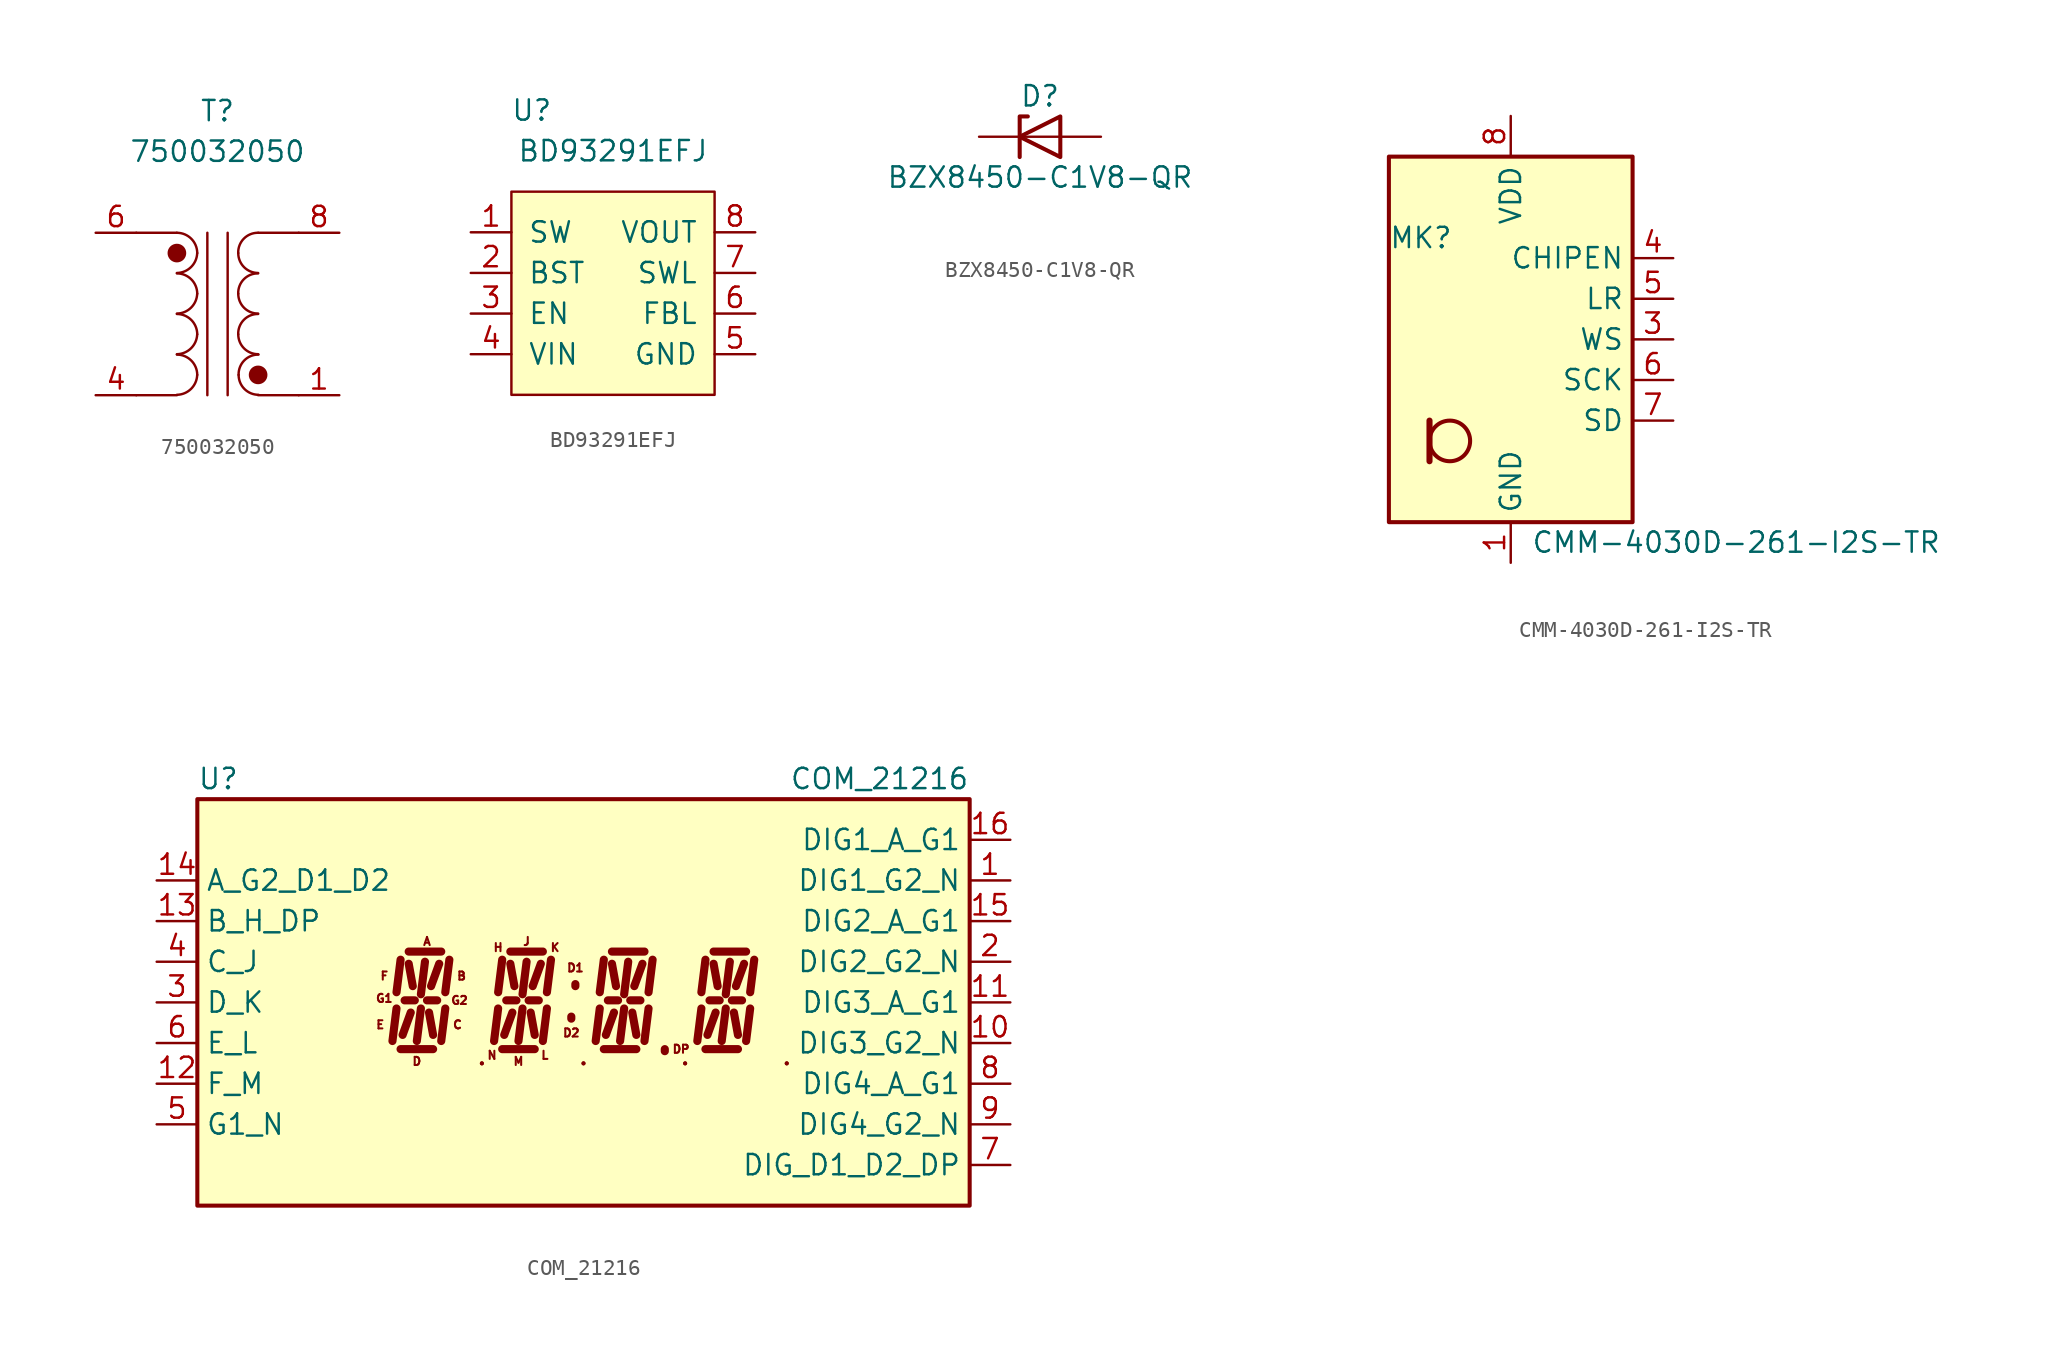
<source format=kicad_sym>
(kicad_symbol_lib
  (version 20220914)
  (generator kicad_symbol_editor)
  (symbol "750032050"
    (pin_names
      (offset 1.016) hide)
    (property "Reference" "T"
      (at 0 12.7 0)
      (effects (font (size 1.27 1.27))))
    (property "Value" "750032050"
      (at 0 10.16 0)
      (effects (font (size 1.27 1.27))))
    (symbol "750032050_0_0"
      (pin passive line (at -7.62 5.08 0) (length 2.54) hide (name "AA" (effects (font (size 1.27 1.27)))) (number "5" (effects (font (size 1.27 1.27)))))
      (pin passive line (at -7.62 5.08 0) (length 2.54) (name "AA" (effects (font (size 1.27 1.27)))) (number "6" (effects (font (size 1.27 1.27)))))
      (pin passive line (at 7.62 5.08 180) (length 2.54) (name "SB" (effects (font (size 1.27 1.27)))) (number "8" (effects (font (size 1.27 1.27))))))
    (symbol "750032050_0_1"
      (arc (start -2.54 -5.0546) (mid -1.6561 -4.6863) (end -1.27 -3.81) (stroke (width 0) (type default)) (fill (type none)))
      (arc (start -2.54 -2.5146) (mid -1.6561 -2.1463) (end -1.27 -1.27) (stroke (width 0) (type default)) (fill (type none)))
      (arc (start -2.54 0.0254) (mid -1.6561 0.3937) (end -1.27 1.27) (stroke (width 0) (type default)) (fill (type none)))
      (arc (start -2.54 2.5654) (mid -1.6561 2.9337) (end -1.27 3.81) (stroke (width 0) (type default)) (fill (type none)))
      (circle (center -2.54 3.81) (radius 0.508) (stroke (width 0.152) (type default)) (fill (type outline)))
      (arc (start -1.27 -3.81) (mid -1.642 -2.912) (end -2.54 -2.54) (stroke (width 0) (type default)) (fill (type none)))
      (arc (start -1.27 -1.27) (mid -1.642 -0.372) (end -2.54 0) (stroke (width 0) (type default)) (fill (type none)))
      (arc (start -1.27 1.27) (mid -1.642 2.168) (end -2.54 2.54) (stroke (width 0) (type default)) (fill (type none)))
      (arc (start -1.27 3.81) (mid -1.642 4.708) (end -2.54 5.08) (stroke (width 0) (type default)) (fill (type none)))
      (polyline (pts (xy -5.08 -5.08) (xy -2.54 -5.08)) (stroke (width 0) (type default)) (fill (type none)))
      (polyline (pts (xy -5.08 5.08) (xy -2.54 5.08)) (stroke (width 0) (type default)) (fill (type none)))
      (polyline (pts (xy -0.635 5.08) (xy -0.635 -5.08)) (stroke (width 0) (type default)) (fill (type none)))
      (polyline (pts (xy 0.635 -5.08) (xy 0.635 5.08)) (stroke (width 0) (type default)) (fill (type none)))
      (polyline (pts (xy 2.54 -5.08) (xy 5.08 -5.08)) (stroke (width 0) (type default)) (fill (type none)))
      (polyline (pts (xy 2.54 5.08) (xy 5.08 5.08)) (stroke (width 0) (type default)) (fill (type none)))
      (arc (start 1.2954 -1.27) (mid 1.6599 -2.1501) (end 2.54 -2.5146) (stroke (width 0) (type default)) (fill (type none)))
      (arc (start 1.2954 1.27) (mid 1.6599 0.3899) (end 2.54 0.0254) (stroke (width 0) (type default)) (fill (type none)))
      (arc (start 1.2954 3.81) (mid 1.6599 2.9299) (end 2.54 2.5654) (stroke (width 0) (type default)) (fill (type none)))
      (arc (start 1.3208 -3.81) (mid 1.6853 -4.6901) (end 2.5654 -5.0546) (stroke (width 0) (type default)) (fill (type none)))
      (circle (center 2.54 -3.81) (radius 0.508) (stroke (width 0.152) (type default)) (fill (type outline)))
      (arc (start 2.54 0) (mid 1.6456 -0.3683) (end 1.2954 -1.27) (stroke (width 0) (type default)) (fill (type none)))
      (arc (start 2.54 2.54) (mid 1.6456 2.1717) (end 1.2954 1.27) (stroke (width 0) (type default)) (fill (type none)))
      (arc (start 2.54 5.08) (mid 1.6456 4.7117) (end 1.2954 3.81) (stroke (width 0) (type default)) (fill (type none)))
      (arc (start 2.5654 -2.54) (mid 1.671 -2.9083) (end 1.3208 -3.81) (stroke (width 0) (type default)) (fill (type none))))
    (symbol "750032050_1_1"
      (pin passive line (at 7.62 -5.08 180) (length 2.54) (name "SA" (effects (font (size 1.27 1.27)))) (number "1" (effects (font (size 1.27 1.27)))))
      (pin passive line (at -7.62 -5.08 0) (length 2.54) hide (name "AB" (effects (font (size 1.27 1.27)))) (number "3" (effects (font (size 1.27 1.27)))))
      (pin passive line (at -7.62 -5.08 0) (length 2.54) (name "AB" (effects (font (size 1.27 1.27)))) (number "4" (effects (font (size 1.27 1.27)))))))
  (symbol "BD93291EFJ"
    (pin_names
      (offset 1.016))
    (property "Reference" "U"
      (at -5.08 11.43 0)
      (effects (font (size 1.27 1.27))))
    (property "Value" "BD93291EFJ"
      (at 0 8.89 0)
      (effects (font (size 1.27 1.27))))
    (symbol "BD93291EFJ_0_0"
      (pin power_in line (at 8.89 -3.81 180) (length 2.54) hide (name "GND" (effects (font (size 1.27 1.27)))) (number "9" (effects (font (size 1.27 1.27))))))
    (symbol "BD93291EFJ_0_1"
      (rectangle (start -6.35 6.35) (end 6.35 -6.35) (stroke (width 0) (type default)) (fill (type background))))
    (symbol "BD93291EFJ_1_1"
      (pin open_collector line (at -8.89 3.81 0) (length 2.54) (name "SW" (effects (font (size 1.27 1.27)))) (number "1" (effects (font (size 1.27 1.27)))))
      (pin output line (at -8.89 1.27 0) (length 2.54) (name "BST" (effects (font (size 1.27 1.27)))) (number "2" (effects (font (size 1.27 1.27)))))
      (pin input line (at -8.89 -1.27 0) (length 2.54) (name "EN" (effects (font (size 1.27 1.27)))) (number "3" (effects (font (size 1.27 1.27)))))
      (pin power_in line (at -8.89 -3.81 0) (length 2.54) (name "VIN" (effects (font (size 1.27 1.27)))) (number "4" (effects (font (size 1.27 1.27)))))
      (pin power_in line (at 8.89 -3.81 180) (length 2.54) (name "GND" (effects (font (size 1.27 1.27)))) (number "5" (effects (font (size 1.27 1.27)))))
      (pin input line (at 8.89 -1.27 180) (length 2.54) (name "FBL" (effects (font (size 1.27 1.27)))) (number "6" (effects (font (size 1.27 1.27)))))
      (pin open_collector line (at 8.89 1.27 180) (length 2.54) (name "SWL" (effects (font (size 1.27 1.27)))) (number "7" (effects (font (size 1.27 1.27)))))
      (pin input line (at 8.89 3.81 180) (length 2.54) (name "VOUT" (effects (font (size 1.27 1.27)))) (number "8" (effects (font (size 1.27 1.27)))))))
  (symbol "BZX8450-C1V8-QR"
    (pin_numbers hide)
    (pin_names
      (offset 1.016) hide)
    (property "Reference" "D"
      (at 0 2.54 0)
      (effects (font (size 1.27 1.27))))
    (property "Value" "BZX8450-C1V8-QR"
      (at 0 -2.54 0)
      (effects (font (size 1.27 1.27))))
    (symbol "BZX8450-C1V8-QR_0_0"
      (pin no_connect line (at 0 -6.35 90) (length 2.54) hide (name "NC" (effects (font (size 1.27 1.27)))) (number "2" (effects (font (size 1.27 1.27))))))
    (symbol "BZX8450-C1V8-QR_0_1"
      (polyline (pts (xy 1.27 0) (xy -1.27 0)) (stroke (width 0) (type default)) (fill (type none)))
      (polyline (pts (xy -1.27 -1.27) (xy -1.27 1.27) (xy -0.762 1.27)) (stroke (width 0.254) (type default)) (fill (type none)))
      (polyline (pts (xy 1.27 -1.27) (xy 1.27 1.27) (xy -1.27 0) (xy 1.27 -1.27)) (stroke (width 0.254) (type default)) (fill (type none))))
    (symbol "BZX8450-C1V8-QR_1_1"
      (pin passive line (at 3.81 0 180) (length 2.54) (name "A" (effects (font (size 1.27 1.27)))) (number "1" (effects (font (size 1.27 1.27)))))
      (pin passive line (at -3.81 0 0) (length 2.54) (name "K" (effects (font (size 1.27 1.27)))) (number "3" (effects (font (size 1.27 1.27)))))))
  (symbol "CMM-4030D-261-I2S-TR"
    (property "Reference" "MK"
      (at -7.62 6.35 0)
      (effects (font (size 1.27 1.27)) (justify left)))
    (property "Value" "CMM-4030D-261-I2S-TR"
      (at 1.27 -12.7 0)
      (effects (font (size 1.27 1.27)) (justify left)))
    (symbol "CMM-4030D-261-I2S-TR_0_0"
      (pin no_connect line (at -10.16 0 0) (length 2.54) hide (name "NC" (effects (font (size 1.27 1.27)))) (number "2" (effects (font (size 1.27 1.27)))))
      (pin input line (at 10.16 0 180) (length 2.54) (name "WS" (effects (font (size 1.27 1.27)))) (number "3" (effects (font (size 1.27 1.27)))))
      (pin input line (at 10.16 5.08 180) (length 2.54) (name "CHIPEN" (effects (font (size 1.27 1.27)))) (number "4" (effects (font (size 1.27 1.27))))))
    (symbol "CMM-4030D-261-I2S-TR_0_1"
      (rectangle (start -7.62 11.43) (end 7.62 -11.43) (stroke (width 0.254) (type default)) (fill (type background)))
      (circle (center -3.81 -6.35) (radius 1.27) (stroke (width 0.254) (type default)) (fill (type none)))
      (polyline (pts (xy -5.08 -5.08) (xy -5.08 -7.62)) (stroke (width 0.381) (type default)) (fill (type none))))
    (symbol "CMM-4030D-261-I2S-TR_1_1"
      (pin power_in line (at 0 -13.97 90) (length 2.54) (name "GND" (effects (font (size 1.27 1.27)))) (number "1" (effects (font (size 1.27 1.27)))))
      (pin input line (at 10.16 2.54 180) (length 2.54) (name "LR" (effects (font (size 1.27 1.27)))) (number "5" (effects (font (size 1.27 1.27)))))
      (pin input line (at 10.16 -2.54 180) (length 2.54) (name "SCK" (effects (font (size 1.27 1.27)))) (number "6" (effects (font (size 1.27 1.27)))))
      (pin output line (at 10.16 -5.08 180) (length 2.54) (name "SD" (effects (font (size 1.27 1.27)))) (number "7" (effects (font (size 1.27 1.27)))))
      (pin power_in line (at 0 13.97 270) (length 2.54) (name "VDD" (effects (font (size 1.27 1.27)))) (number "8" (effects (font (size 1.27 1.27)))))))
  (symbol "COM_21216"
    (property "Reference" "U"
      (at -24.13 13.97 0)
      (effects (font (size 1.27 1.27)) (justify left)))
    (property "Value" "COM_21216"
      (at 24.13 13.97 0)
      (effects (font (size 1.27 1.27)) (justify right)))
    (symbol "COM_21216_0_0"
      (pin input line (at 26.67 7.62 180) (length 2.54) (name "DIG1_G2_N" (effects (font (size 1.27 1.27)))) (number "1" (effects (font (size 1.27 1.27)))))
      (pin input line (at 26.67 -2.54 180) (length 2.54) (name "DIG3_G2_N" (effects (font (size 1.27 1.27)))) (number "10" (effects (font (size 1.27 1.27)))))
      (pin input line (at 26.67 0 180) (length 2.54) (name "DIG3_A_G1" (effects (font (size 1.27 1.27)))) (number "11" (effects (font (size 1.27 1.27)))))
      (pin input line (at -26.67 -5.08 0) (length 2.54) (name "F_M" (effects (font (size 1.27 1.27)))) (number "12" (effects (font (size 1.27 1.27)))))
      (pin input line (at -26.67 5.08 0) (length 2.54) (name "B_H_DP" (effects (font (size 1.27 1.27)))) (number "13" (effects (font (size 1.27 1.27)))))
      (pin input line (at -26.67 7.62 0) (length 2.54) (name "A_G2_D1_D2" (effects (font (size 1.27 1.27)))) (number "14" (effects (font (size 1.27 1.27)))))
      (pin input line (at 26.67 5.08 180) (length 2.54) (name "DIG2_A_G1" (effects (font (size 1.27 1.27)))) (number "15" (effects (font (size 1.27 1.27)))))
      (pin input line (at 26.67 10.16 180) (length 2.54) (name "DIG1_A_G1" (effects (font (size 1.27 1.27)))) (number "16" (effects (font (size 1.27 1.27)))))
      (pin input line (at 26.67 2.54 180) (length 2.54) (name "DIG2_G2_N" (effects (font (size 1.27 1.27)))) (number "2" (effects (font (size 1.27 1.27)))))
      (pin input line (at -26.67 0 0) (length 2.54) (name "D_K" (effects (font (size 1.27 1.27)))) (number "3" (effects (font (size 1.27 1.27)))))
      (pin input line (at -26.67 2.54 0) (length 2.54) (name "C_J" (effects (font (size 1.27 1.27)))) (number "4" (effects (font (size 1.27 1.27)))))
      (pin input line (at -26.67 -7.62 0) (length 2.54) (name "G1_N" (effects (font (size 1.27 1.27)))) (number "5" (effects (font (size 1.27 1.27)))))
      (pin input line (at -26.67 -2.54 0) (length 2.54) (name "E_L" (effects (font (size 1.27 1.27)))) (number "6" (effects (font (size 1.27 1.27)))))
      (pin input line (at 26.67 -10.16 180) (length 2.54) (name "DIG_D1_D2_DP" (effects (font (size 1.27 1.27)))) (number "7" (effects (font (size 1.27 1.27)))))
      (pin input line (at 26.67 -5.08 180) (length 2.54) (name "DIG4_A_G1" (effects (font (size 1.27 1.27)))) (number "8" (effects (font (size 1.27 1.27)))))
      (pin input line (at 26.67 -7.62 180) (length 2.54) (name "DIG4_G2_N" (effects (font (size 1.27 1.27)))) (number "9" (effects (font (size 1.27 1.27))))))
    (symbol "COM_21216_0_1"
      (rectangle (start -24.13 12.7) (end 24.13 -12.7) (stroke (width 0.254) (type default)) (fill (type background)))
      (rectangle (start -6.35 -3.81) (end -6.35 -3.81) (stroke (width 0.254) (type default)) (fill (type none)))
      (rectangle (start 0 -3.81) (end 0 -3.81) (stroke (width 0.254) (type default)) (fill (type none)))
      (polyline (pts (xy -6.35 -3.81) (xy -6.35 -3.81)) (stroke (width 0.254) (type default)) (fill (type none)))
      (polyline (pts (xy 0 -3.81) (xy 0 -3.81)) (stroke (width 0.254) (type default)) (fill (type none)))
      (polyline (pts (xy 6.35 -3.81) (xy 6.35 -3.81)) (stroke (width 0.254) (type default)) (fill (type none)))
      (polyline (pts (xy 12.7 -3.81) (xy 12.7 -3.81)) (stroke (width 0.254) (type default)) (fill (type none)))
      (rectangle (start 6.35 -3.81) (end 6.35 -3.81) (stroke (width 0.254) (type default)) (fill (type none)))
      (rectangle (start 12.7 -3.81) (end 12.7 -3.81) (stroke (width 0.254) (type default)) (fill (type none))))
    (symbol "COM_21216_1_0"
      (text "A" (at -9.779 3.81 0) (effects (font (size 0.508 0.508))))
      (text "B" (at -7.62 1.651 0) (effects (font (size 0.508 0.508))))
      (text "C" (at -7.874 -1.397 0) (effects (font (size 0.508 0.508))))
      (text "D" (at -10.414 -3.683 0) (effects (font (size 0.508 0.508))))
      (text "D1" (at -0.508 2.159 0) (effects (font (size 0.508 0.508))))
      (text "D2" (at -0.762 -1.905 0) (effects (font (size 0.508 0.508))))
      (text "DP" (at 6.096 -2.921 0) (effects (font (size 0.508 0.508))))
      (text "E" (at -12.7 -1.397 0) (effects (font (size 0.508 0.508))))
      (text "F" (at -12.446 1.651 0) (effects (font (size 0.508 0.508))))
      (text "G1" (at -12.446 0.254 0) (effects (font (size 0.508 0.508))))
      (text "G2" (at -7.747 0.127 0) (effects (font (size 0.508 0.508))))
      (text "H" (at -5.334 3.429 0) (effects (font (size 0.508 0.508))))
      (text "J" (at -3.556 3.81 0) (effects (font (size 0.508 0.508))))
      (text "K" (at -1.778 3.429 0) (effects (font (size 0.508 0.508))))
      (text "L" (at -2.413 -3.302 0) (effects (font (size 0.508 0.508))))
      (text "M" (at -4.064 -3.683 0) (effects (font (size 0.508 0.508))))
      (text "N" (at -5.715 -3.302 0) (effects (font (size 0.508 0.508)))))
    (symbol "COM_21216_1_1"
      (polyline (pts (xy -11.684 -0.381) (xy -11.938 -2.413)) (stroke (width 0.508) (type default)) (fill (type none)))
      (polyline (pts (xy -11.43 -2.921) (xy -9.398 -2.921)) (stroke (width 0.508) (type default)) (fill (type none)))
      (polyline (pts (xy -11.43 2.667) (xy -11.684 0.635)) (stroke (width 0.508) (type default)) (fill (type none)))
      (polyline (pts (xy -11.176 0.127) (xy -10.541 0.127)) (stroke (width 0.508) (type default)) (fill (type none)))
      (polyline (pts (xy -10.922 2.413) (xy -10.668 1.016)) (stroke (width 0.508) (type default)) (fill (type none)))
      (polyline (pts (xy -10.922 3.175) (xy -8.89 3.175)) (stroke (width 0.508) (type default)) (fill (type none)))
      (polyline (pts (xy -10.795 -0.635) (xy -11.303 -2.032)) (stroke (width 0.508) (type default)) (fill (type none)))
      (polyline (pts (xy -10.16 -0.381) (xy -10.414 -2.413)) (stroke (width 0.508) (type default)) (fill (type none)))
      (polyline (pts (xy -9.906 2.54) (xy -10.16 0.508)) (stroke (width 0.508) (type default)) (fill (type none)))
      (polyline (pts (xy -9.779 0.127) (xy -9.144 0.127)) (stroke (width 0.508) (type default)) (fill (type none)))
      (polyline (pts (xy -9.652 -0.635) (xy -9.398 -2.032)) (stroke (width 0.508) (type default)) (fill (type none)))
      (polyline (pts (xy -9.017 2.413) (xy -9.525 1.016)) (stroke (width 0.508) (type default)) (fill (type none)))
      (polyline (pts (xy -8.636 -0.381) (xy -8.89 -2.413)) (stroke (width 0.508) (type default)) (fill (type none)))
      (polyline (pts (xy -8.382 2.667) (xy -8.636 0.635)) (stroke (width 0.508) (type default)) (fill (type none)))
      (polyline (pts (xy -5.334 -0.381) (xy -5.588 -2.413)) (stroke (width 0.508) (type default)) (fill (type none)))
      (polyline (pts (xy -5.08 -2.921) (xy -3.048 -2.921)) (stroke (width 0.508) (type default)) (fill (type none)))
      (polyline (pts (xy -5.08 2.667) (xy -5.334 0.635)) (stroke (width 0.508) (type default)) (fill (type none)))
      (polyline (pts (xy -4.826 0.127) (xy -4.191 0.127)) (stroke (width 0.508) (type default)) (fill (type none)))
      (polyline (pts (xy -4.572 2.413) (xy -4.318 1.016)) (stroke (width 0.508) (type default)) (fill (type none)))
      (polyline (pts (xy -4.572 3.175) (xy -2.54 3.175)) (stroke (width 0.508) (type default)) (fill (type none)))
      (polyline (pts (xy -4.445 -0.635) (xy -4.953 -2.032)) (stroke (width 0.508) (type default)) (fill (type none)))
      (polyline (pts (xy -3.81 -0.381) (xy -4.064 -2.413)) (stroke (width 0.508) (type default)) (fill (type none)))
      (polyline (pts (xy -3.556 2.54) (xy -3.81 0.508)) (stroke (width 0.508) (type default)) (fill (type none)))
      (polyline (pts (xy -3.429 0.127) (xy -2.794 0.127)) (stroke (width 0.508) (type default)) (fill (type none)))
      (polyline (pts (xy -3.302 -0.635) (xy -3.048 -2.032)) (stroke (width 0.508) (type default)) (fill (type none)))
      (polyline (pts (xy -2.667 2.413) (xy -3.175 1.016)) (stroke (width 0.508) (type default)) (fill (type none)))
      (polyline (pts (xy -2.286 -0.381) (xy -2.54 -2.413)) (stroke (width 0.508) (type default)) (fill (type none)))
      (polyline (pts (xy -2.032 2.667) (xy -2.286 0.635)) (stroke (width 0.508) (type default)) (fill (type none)))
      (polyline (pts (xy -0.762 -1.016) (xy -0.762 -0.889)) (stroke (width 0.508) (type default)) (fill (type none)))
      (polyline (pts (xy -0.508 1.016) (xy -0.508 1.143)) (stroke (width 0.508) (type default)) (fill (type none)))
      (polyline (pts (xy 1.016 -0.381) (xy 0.762 -2.413)) (stroke (width 0.508) (type default)) (fill (type none)))
      (polyline (pts (xy 1.27 -2.921) (xy 3.302 -2.921)) (stroke (width 0.508) (type default)) (fill (type none)))
      (polyline (pts (xy 1.27 2.667) (xy 1.016 0.635)) (stroke (width 0.508) (type default)) (fill (type none)))
      (polyline (pts (xy 1.524 0.127) (xy 2.159 0.127)) (stroke (width 0.508) (type default)) (fill (type none)))
      (polyline (pts (xy 1.778 2.413) (xy 2.032 1.016)) (stroke (width 0.508) (type default)) (fill (type none)))
      (polyline (pts (xy 1.778 3.175) (xy 3.81 3.175)) (stroke (width 0.508) (type default)) (fill (type none)))
      (polyline (pts (xy 1.905 -0.635) (xy 1.397 -2.032)) (stroke (width 0.508) (type default)) (fill (type none)))
      (polyline (pts (xy 2.54 -0.381) (xy 2.286 -2.413)) (stroke (width 0.508) (type default)) (fill (type none)))
      (polyline (pts (xy 2.794 2.54) (xy 2.54 0.508)) (stroke (width 0.508) (type default)) (fill (type none)))
      (polyline (pts (xy 2.921 0.127) (xy 3.556 0.127)) (stroke (width 0.508) (type default)) (fill (type none)))
      (polyline (pts (xy 3.048 -0.635) (xy 3.302 -2.032)) (stroke (width 0.508) (type default)) (fill (type none)))
      (polyline (pts (xy 3.683 2.413) (xy 3.175 1.016)) (stroke (width 0.508) (type default)) (fill (type none)))
      (polyline (pts (xy 4.064 -0.381) (xy 3.81 -2.413)) (stroke (width 0.508) (type default)) (fill (type none)))
      (polyline (pts (xy 4.318 2.667) (xy 4.064 0.635)) (stroke (width 0.508) (type default)) (fill (type none)))
      (polyline (pts (xy 5.08 -3.048) (xy 5.08 -2.921)) (stroke (width 0.508) (type default)) (fill (type none)))
      (polyline (pts (xy 7.366 -0.381) (xy 7.112 -2.413)) (stroke (width 0.508) (type default)) (fill (type none)))
      (polyline (pts (xy 7.62 -2.921) (xy 9.652 -2.921)) (stroke (width 0.508) (type default)) (fill (type none)))
      (polyline (pts (xy 7.62 2.667) (xy 7.366 0.635)) (stroke (width 0.508) (type default)) (fill (type none)))
      (polyline (pts (xy 7.874 0.127) (xy 8.509 0.127)) (stroke (width 0.508) (type default)) (fill (type none)))
      (polyline (pts (xy 8.128 2.413) (xy 8.382 1.016)) (stroke (width 0.508) (type default)) (fill (type none)))
      (polyline (pts (xy 8.128 3.175) (xy 10.16 3.175)) (stroke (width 0.508) (type default)) (fill (type none)))
      (polyline (pts (xy 8.255 -0.635) (xy 7.747 -2.032)) (stroke (width 0.508) (type default)) (fill (type none)))
      (polyline (pts (xy 8.89 -0.381) (xy 8.636 -2.413)) (stroke (width 0.508) (type default)) (fill (type none)))
      (polyline (pts (xy 9.144 2.54) (xy 8.89 0.508)) (stroke (width 0.508) (type default)) (fill (type none)))
      (polyline (pts (xy 9.271 0.127) (xy 9.906 0.127)) (stroke (width 0.508) (type default)) (fill (type none)))
      (polyline (pts (xy 9.398 -0.635) (xy 9.652 -2.032)) (stroke (width 0.508) (type default)) (fill (type none)))
      (polyline (pts (xy 10.033 2.413) (xy 9.525 1.016)) (stroke (width 0.508) (type default)) (fill (type none)))
      (polyline (pts (xy 10.414 -0.381) (xy 10.16 -2.413)) (stroke (width 0.508) (type default)) (fill (type none)))
      (polyline (pts (xy 10.668 2.667) (xy 10.414 0.635)) (stroke (width 0.508) (type default)) (fill (type none))))))
</source>
